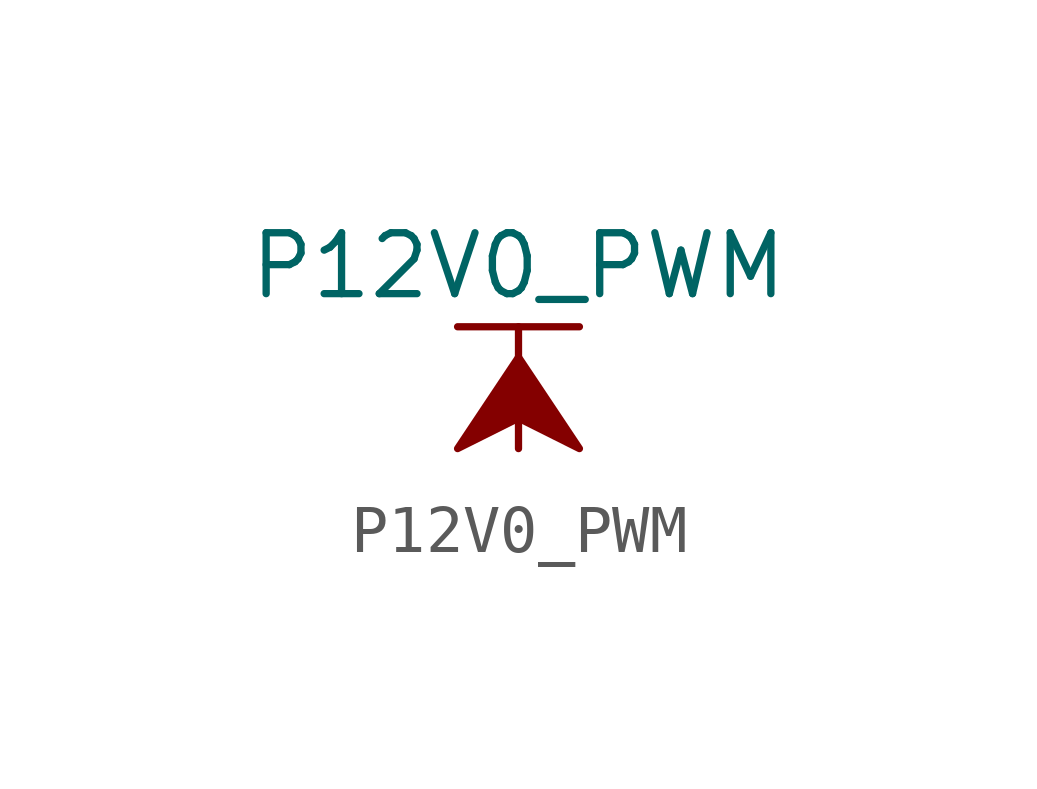
<source format=kicad_sym>
(kicad_symbol_lib
  (version 20211014)
  (generator kicad_symbol_editor)
  (symbol "P12V0_PWM"
    (power)
    (pin_names
      (offset 0))
    (property "Reference" "#PWR"
      (at 0 -3.81 0)
      (effects (font (size 1.27 1.27)) hide))
    (property "Value" "P12V0_PWM"
      (at 0 3.81 0)
      (effects (font (size 1.27 1.27))))
    (symbol "P12V0_PWM_0_1"
      (polyline (pts (xy -1.27 2.54) (xy 1.27 2.54)) (stroke (width 0.152) (type default) (color 0 0 0 0)) (fill (type none)))
      (polyline (pts (xy 0 0) (xy 0 2.54)) (stroke (width 0.152) (type default) (color 0 0 0 0)) (fill (type none)))
      (polyline (pts (xy 0 1.905) (xy -1.27 0) (xy 0 0.635) (xy 1.27 0) (xy 0 1.905)) (stroke (width 0.152) (type default) (color 0 0 0 0)) (fill (type outline))))
    (symbol "P12V0_PWM_1_1"
      (pin power_in line (at 0 0 90) (length 0) hide (name "P12V0_PWM" (effects (font (size 1.27 1.27)))) (number "1" (effects (font (size 1.27 1.27))))))))
</source>
